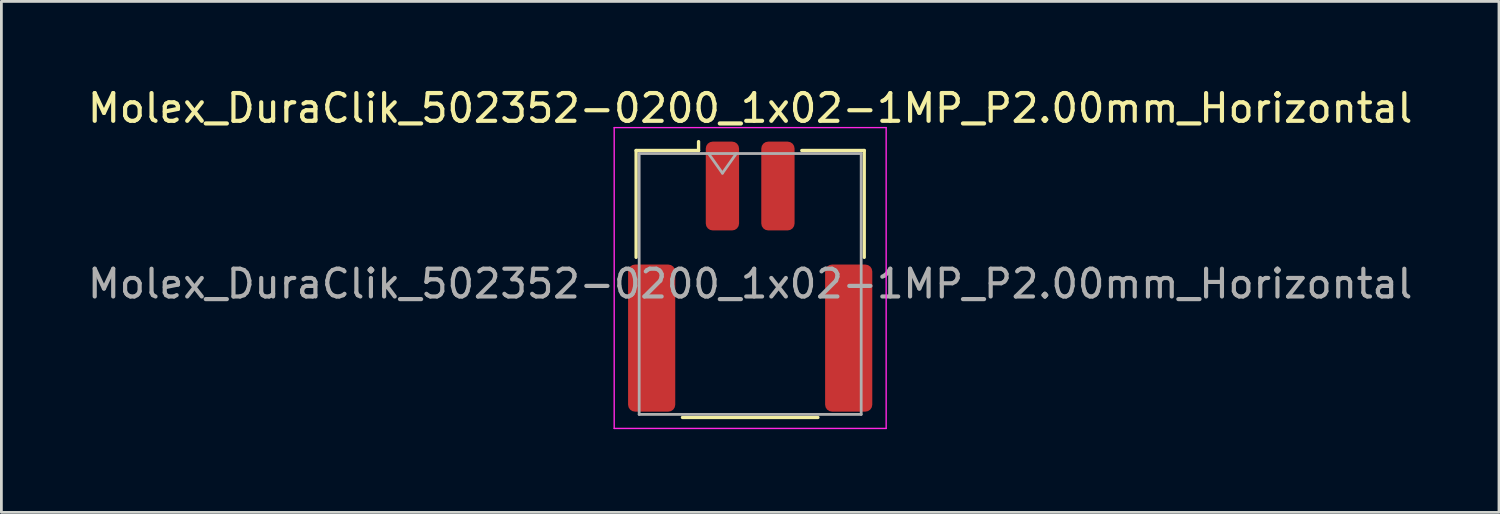
<source format=kicad_pcb>
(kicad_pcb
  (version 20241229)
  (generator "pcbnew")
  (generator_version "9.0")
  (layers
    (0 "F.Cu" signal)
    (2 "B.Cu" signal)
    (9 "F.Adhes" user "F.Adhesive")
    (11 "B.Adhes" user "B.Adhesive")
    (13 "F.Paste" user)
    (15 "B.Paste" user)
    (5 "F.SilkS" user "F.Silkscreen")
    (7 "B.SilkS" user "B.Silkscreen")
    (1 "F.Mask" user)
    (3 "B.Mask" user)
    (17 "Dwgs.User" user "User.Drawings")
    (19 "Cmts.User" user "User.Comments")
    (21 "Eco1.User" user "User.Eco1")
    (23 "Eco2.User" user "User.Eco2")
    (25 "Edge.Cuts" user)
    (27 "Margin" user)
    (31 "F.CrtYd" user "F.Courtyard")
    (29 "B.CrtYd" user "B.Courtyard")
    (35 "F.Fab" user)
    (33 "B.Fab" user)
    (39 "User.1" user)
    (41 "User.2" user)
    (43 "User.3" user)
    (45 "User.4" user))
  (footprint "Molex_DuraClik_502352-0200_1x02-1MP_P2.00mm_Horizontal"
    (layer "F.Cu")
    (at 23.982 6.918)
    (property "Reference" "Molex_DuraClik_502352-0200_1x02-1MP_P2.00mm_Horizontal" (at 0 -6.07 0) (layer "F.SilkS") (effects (font (size 1 1) (thickness 0.15))))
    (attr smd)
    (fp_line (start -4.11 -4.545) (end -1.86 -4.545) (stroke (width 0.12) (type solid)) (layer "F.SilkS"))
    (fp_line (start -4.11 -0.695) (end -4.11 -4.545) (stroke (width 0.12) (type solid)) (layer "F.SilkS"))
    (fp_line (start -2.44 5.075) (end 2.44 5.075) (stroke (width 0.12) (type solid)) (layer "F.SilkS"))
    (fp_line (start -1.86 -4.545) (end -1.86 -4.865) (stroke (width 0.12) (type solid)) (layer "F.SilkS"))
    (fp_line (start 4.11 -4.545) (end 1.86 -4.545) (stroke (width 0.12) (type solid)) (layer "F.SilkS"))
    (fp_line (start 4.11 -0.695) (end 4.11 -4.545) (stroke (width 0.12) (type solid)) (layer "F.SilkS"))
    (fp_line (start -4.9 -5.37) (end -4.9 5.47) (stroke (width 0.05) (type solid)) (layer "F.CrtYd"))
    (fp_line (start -4.9 5.47) (end 4.9 5.47) (stroke (width 0.05) (type solid)) (layer "F.CrtYd"))
    (fp_line (start 4.9 -5.37) (end -4.9 -5.37) (stroke (width 0.05) (type solid)) (layer "F.CrtYd"))
    (fp_line (start 4.9 5.47) (end 4.9 -5.37) (stroke (width 0.05) (type solid)) (layer "F.CrtYd"))
    (fp_line (start -4 -4.435) (end -4 4.965) (stroke (width 0.1) (type solid)) (layer "F.Fab"))
    (fp_line (start -4 -4.435) (end 4 -4.435) (stroke (width 0.1) (type solid)) (layer "F.Fab"))
    (fp_line (start -4 4.965) (end 4 4.965) (stroke (width 0.1) (type solid)) (layer "F.Fab"))
    (fp_line (start -1.5 -4.435) (end -1 -3.728) (stroke (width 0.1) (type solid)) (layer "F.Fab"))
    (fp_line (start -1 -3.728) (end -0.5 -4.435) (stroke (width 0.1) (type solid)) (layer "F.Fab"))
    (fp_line (start 4 -4.435) (end 4 4.965) (stroke (width 0.1) (type solid)) (layer "F.Fab"))
    (fp_text user "${REFERENCE}" (at 0 0.26 0) (layer "F.Fab") (effects (font (size 1 1) (thickness 0.15))))
    (pad "1" smd roundrect (at -1 -3.265) (size 1.2 3.2) (layers "F.Cu" "F.Mask" "F.Paste") (roundrect_rratio 0.208))
    (pad "2" smd roundrect (at 1 -3.265) (size 1.2 3.2) (layers "F.Cu" "F.Mask" "F.Paste") (roundrect_rratio 0.208))
    (pad "MP" smd roundrect (at -3.55 2.215) (size 1.7 5.3) (layers "F.Cu" "F.Mask" "F.Paste") (roundrect_rratio 0.147))
    (pad "MP" smd roundrect (at 3.55 2.215) (size 1.7 5.3) (layers "F.Cu" "F.Mask" "F.Paste") (roundrect_rratio 0.147)))
  (gr_rect
    (start -3 -3)
    (end 50.964 15.413)
    (stroke (width 0.1) (type default))
    (fill no)
    (layer "Edge.Cuts")))
</source>
